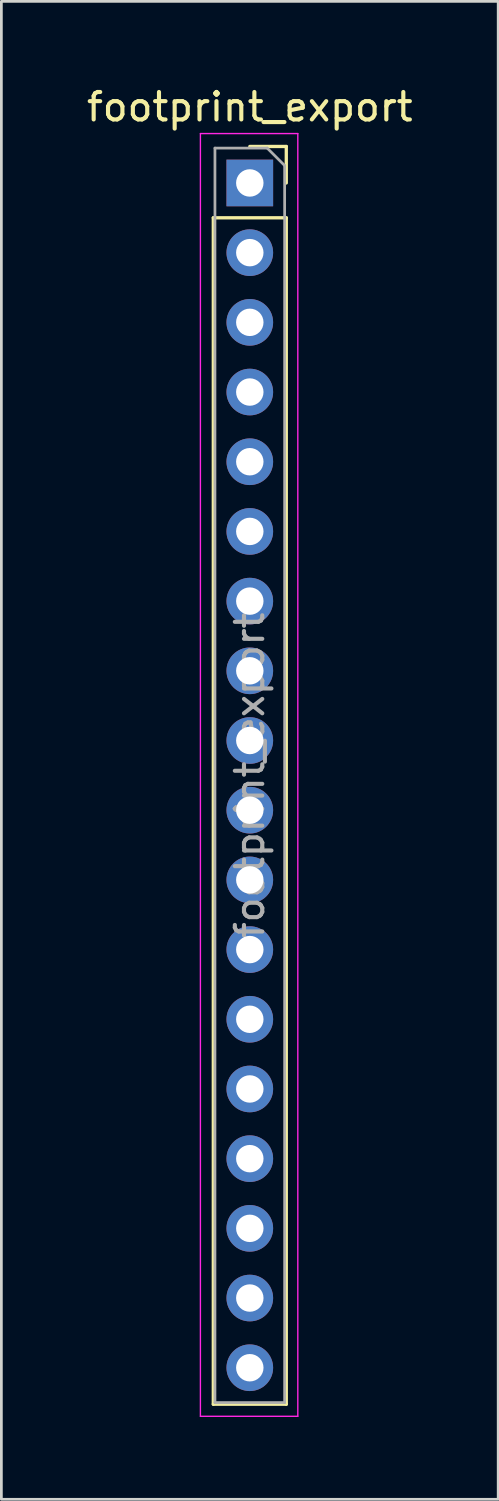
<source format=kicad_pcb>
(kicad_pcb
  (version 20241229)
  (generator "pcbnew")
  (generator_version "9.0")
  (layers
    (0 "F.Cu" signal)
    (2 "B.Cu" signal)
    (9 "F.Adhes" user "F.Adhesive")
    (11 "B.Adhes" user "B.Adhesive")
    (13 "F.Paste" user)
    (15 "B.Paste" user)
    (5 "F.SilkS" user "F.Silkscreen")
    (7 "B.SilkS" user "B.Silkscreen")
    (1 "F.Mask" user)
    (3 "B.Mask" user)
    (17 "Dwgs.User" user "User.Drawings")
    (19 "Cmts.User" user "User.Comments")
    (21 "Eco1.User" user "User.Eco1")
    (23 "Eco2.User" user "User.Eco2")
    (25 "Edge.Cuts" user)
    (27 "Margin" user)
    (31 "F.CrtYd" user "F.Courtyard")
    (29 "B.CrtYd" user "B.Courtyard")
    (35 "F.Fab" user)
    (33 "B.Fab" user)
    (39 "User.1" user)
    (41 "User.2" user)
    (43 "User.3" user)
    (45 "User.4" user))
  (footprint "footprint_export"
    (layer "F.Cu")
    (at 6.054 3.618)
    (property "Reference" "footprint_export" (at 0 -2.77 0) (layer "F.SilkS") (effects (font (size 1 1) (thickness 0.15))))
    (attr through_hole)
    (fp_line (start -1.33 1.27) (end -1.33 44.51) (stroke (width 0.12) (type solid)) (layer "F.SilkS"))
    (fp_line (start -1.33 1.27) (end 1.33 1.27) (stroke (width 0.12) (type solid)) (layer "F.SilkS"))
    (fp_line (start -1.33 44.51) (end 1.33 44.51) (stroke (width 0.12) (type solid)) (layer "F.SilkS"))
    (fp_line (start 0 -1.33) (end 1.33 -1.33) (stroke (width 0.12) (type solid)) (layer "F.SilkS"))
    (fp_line (start 1.33 -1.33) (end 1.33 0) (stroke (width 0.12) (type solid)) (layer "F.SilkS"))
    (fp_line (start 1.33 1.27) (end 1.33 44.51) (stroke (width 0.12) (type solid)) (layer "F.SilkS"))
    (fp_line (start -1.8 -1.8) (end 1.75 -1.8) (stroke (width 0.05) (type solid)) (layer "F.CrtYd"))
    (fp_line (start -1.8 44.95) (end -1.8 -1.8) (stroke (width 0.05) (type solid)) (layer "F.CrtYd"))
    (fp_line (start 1.75 -1.8) (end 1.75 44.95) (stroke (width 0.05) (type solid)) (layer "F.CrtYd"))
    (fp_line (start 1.75 44.95) (end -1.8 44.95) (stroke (width 0.05) (type solid)) (layer "F.CrtYd"))
    (fp_line (start -1.27 -1.27) (end 0.635 -1.27) (stroke (width 0.1) (type solid)) (layer "F.Fab"))
    (fp_line (start -1.27 44.45) (end -1.27 -1.27) (stroke (width 0.1) (type solid)) (layer "F.Fab"))
    (fp_line (start 0.635 -1.27) (end 1.27 -0.635) (stroke (width 0.1) (type solid)) (layer "F.Fab"))
    (fp_line (start 1.27 -0.635) (end 1.27 44.45) (stroke (width 0.1) (type solid)) (layer "F.Fab"))
    (fp_line (start 1.27 44.45) (end -1.27 44.45) (stroke (width 0.1) (type solid)) (layer "F.Fab"))
    (fp_text user "${REFERENCE}" (at 0 21.59 90) (layer "F.Fab") (effects (font (size 1 1) (thickness 0.15))))
    (pad "1" thru_hole rect (at 0 0) (size 1.7 1.7) (drill 1) (layers "*.Cu" "*.Mask"))
    (pad "2" thru_hole oval (at 0 2.54) (size 1.7 1.7) (drill 1) (layers "*.Cu" "*.Mask"))
    (pad "3" thru_hole oval (at 0 5.08) (size 1.7 1.7) (drill 1) (layers "*.Cu" "*.Mask"))
    (pad "4" thru_hole oval (at 0 7.62) (size 1.7 1.7) (drill 1) (layers "*.Cu" "*.Mask"))
    (pad "5" thru_hole oval (at 0 10.16) (size 1.7 1.7) (drill 1) (layers "*.Cu" "*.Mask"))
    (pad "6" thru_hole oval (at 0 12.7) (size 1.7 1.7) (drill 1) (layers "*.Cu" "*.Mask"))
    (pad "7" thru_hole oval (at 0 15.24) (size 1.7 1.7) (drill 1) (layers "*.Cu" "*.Mask"))
    (pad "8" thru_hole oval (at 0 17.78) (size 1.7 1.7) (drill 1) (layers "*.Cu" "*.Mask"))
    (pad "9" thru_hole oval (at 0 20.32) (size 1.7 1.7) (drill 1) (layers "*.Cu" "*.Mask"))
    (pad "10" thru_hole oval (at 0 22.86) (size 1.7 1.7) (drill 1) (layers "*.Cu" "*.Mask"))
    (pad "11" thru_hole oval (at 0 25.4) (size 1.7 1.7) (drill 1) (layers "*.Cu" "*.Mask"))
    (pad "12" thru_hole oval (at 0 27.94) (size 1.7 1.7) (drill 1) (layers "*.Cu" "*.Mask"))
    (pad "13" thru_hole oval (at 0 30.48) (size 1.7 1.7) (drill 1) (layers "*.Cu" "*.Mask"))
    (pad "14" thru_hole oval (at 0 33.02) (size 1.7 1.7) (drill 1) (layers "*.Cu" "*.Mask"))
    (pad "15" thru_hole oval (at 0 35.56) (size 1.7 1.7) (drill 1) (layers "*.Cu" "*.Mask"))
    (pad "16" thru_hole oval (at 0 38.1) (size 1.7 1.7) (drill 1) (layers "*.Cu" "*.Mask"))
    (pad "17" thru_hole oval (at 0 40.64) (size 1.7 1.7) (drill 1) (layers "*.Cu" "*.Mask"))
    (pad "18" thru_hole oval (at 0 43.18) (size 1.7 1.7) (drill 1) (layers "*.Cu" "*.Mask")))
  (gr_rect
    (start -3 -3)
    (end 15.107 51.593)
    (stroke (width 0.1) (type default))
    (fill no)
    (layer "Edge.Cuts")))
</source>
